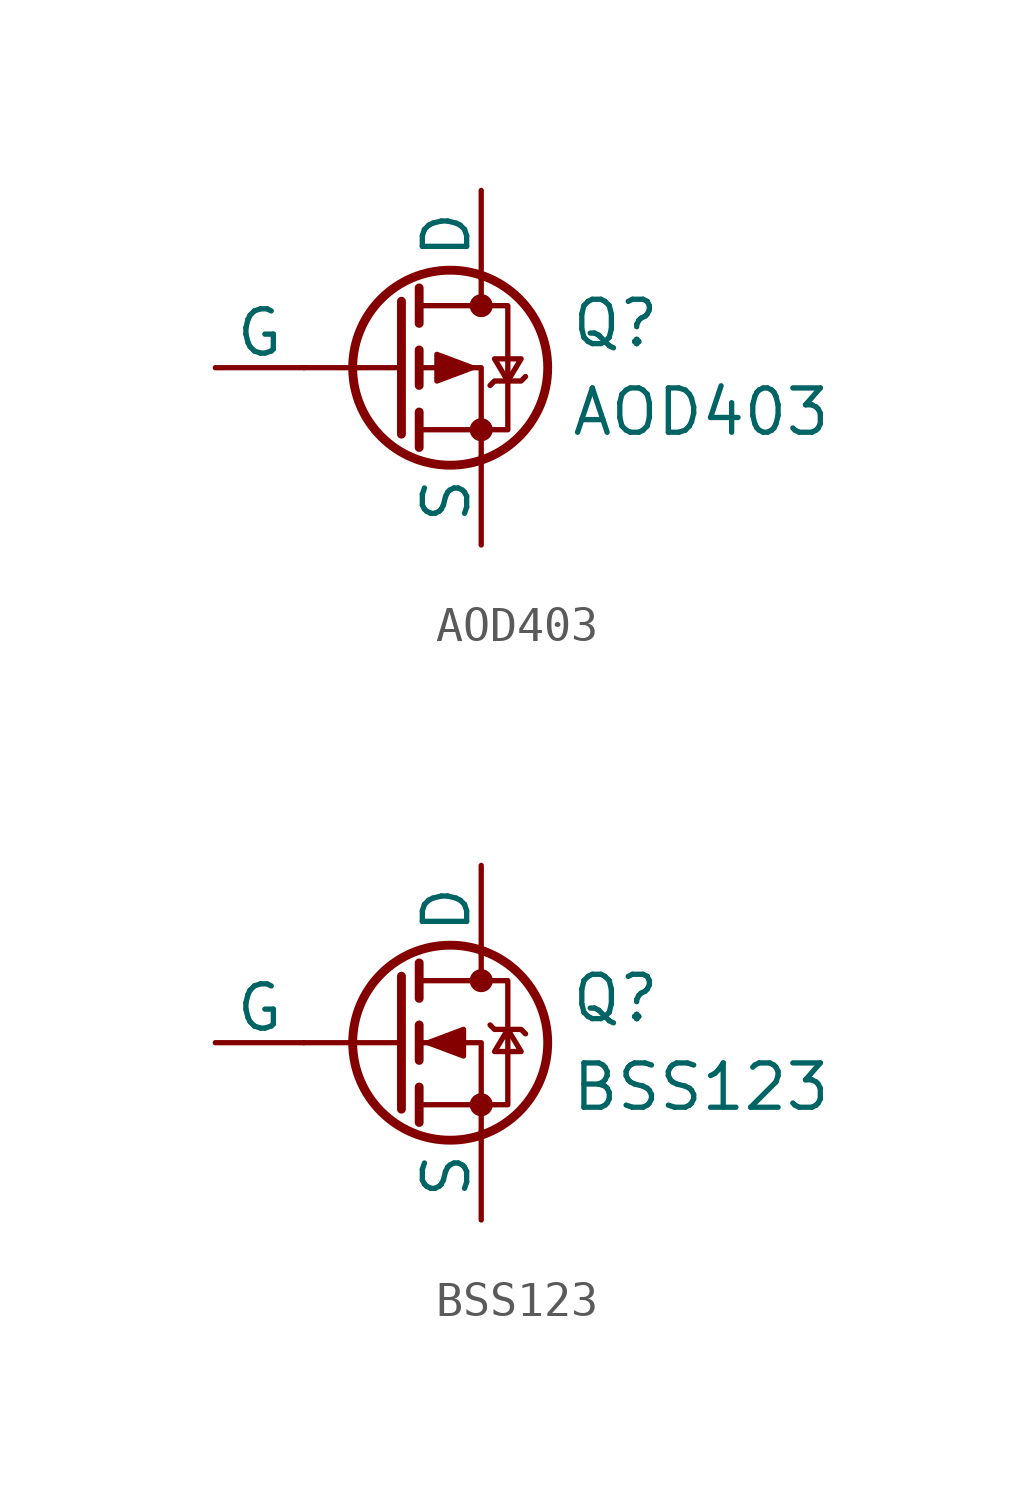
<source format=kicad_sym>
(kicad_symbol_lib
  (version 20231120)
  (generator "kicad_symbol_editor")
  (generator_version "8.0")
  (symbol "AOD403"
    (pin_numbers hide)
    (pin_names
      (offset 0))
    (property "Reference" "Q"
      (at 5.08 1.27 0)
      (effects (font (size 1.27 1.27)) (justify left)))
    (property "Value" "AOD403"
      (at 5.08 -1.27 0)
      (effects (font (size 1.27 1.27)) (justify left)))
    (symbol "AOD403_0_1"
      (polyline (pts (xy 0.254 0) (xy -2.54 0)) (stroke (width 0) (type default)) (fill (type none)))
      (polyline (pts (xy 0.254 1.905) (xy 0.254 -1.905)) (stroke (width 0.254) (type default)) (fill (type none)))
      (polyline (pts (xy 0.762 -1.27) (xy 0.762 -2.286)) (stroke (width 0.254) (type default)) (fill (type none)))
      (polyline (pts (xy 0.762 0.508) (xy 0.762 -0.508)) (stroke (width 0.254) (type default)) (fill (type none)))
      (polyline (pts (xy 0.762 2.286) (xy 0.762 1.27)) (stroke (width 0.254) (type default)) (fill (type none)))
      (polyline (pts (xy 2.54 2.54) (xy 2.54 1.778)) (stroke (width 0) (type default)) (fill (type none)))
      (polyline (pts (xy 2.54 -2.54) (xy 2.54 0) (xy 0.762 0)) (stroke (width 0) (type default)) (fill (type none)))
      (polyline (pts (xy 0.762 1.778) (xy 3.302 1.778) (xy 3.302 -1.778) (xy 0.762 -1.778)) (stroke (width 0) (type default)) (fill (type none)))
      (polyline (pts (xy 2.286 0) (xy 1.27 0.381) (xy 1.27 -0.381) (xy 2.286 0)) (stroke (width 0) (type default)) (fill (type outline)))
      (polyline (pts (xy 2.794 -0.508) (xy 2.921 -0.381) (xy 3.683 -0.381) (xy 3.81 -0.254)) (stroke (width 0) (type default)) (fill (type none)))
      (polyline (pts (xy 3.302 -0.381) (xy 2.921 0.254) (xy 3.683 0.254) (xy 3.302 -0.381)) (stroke (width 0) (type default)) (fill (type none)))
      (circle (center 1.651 0) (radius 2.794) (stroke (width 0.254) (type default)) (fill (type none)))
      (circle (center 2.54 -1.778) (radius 0.254) (stroke (width 0) (type default)) (fill (type outline)))
      (circle (center 2.54 1.778) (radius 0.254) (stroke (width 0) (type default)) (fill (type outline))))
    (symbol "AOD403_1_1"
      (pin input line (at -5.08 0 0) (length 2.54) (name "G" (effects (font (size 1.27 1.27)))) (number "1" (effects (font (size 1.27 1.27)))))
      (pin passive line (at 2.54 5.08 270) (length 2.54) (name "D" (effects (font (size 1.27 1.27)))) (number "2" (effects (font (size 1.27 1.27)))))
      (pin passive line (at 2.54 -5.08 90) (length 2.54) (name "S" (effects (font (size 1.27 1.27)))) (number "3" (effects (font (size 1.27 1.27)))))))
  (symbol "BSS123"
    (pin_numbers hide)
    (pin_names
      (offset 0))
    (property "Reference" "Q"
      (at 5.08 1.27 0)
      (effects (font (size 1.27 1.27)) (justify left)))
    (property "Value" "BSS123"
      (at 5.08 -1.27 0)
      (effects (font (size 1.27 1.27)) (justify left)))
    (symbol "BSS123_0_1"
      (polyline (pts (xy 0.254 0) (xy -2.54 0)) (stroke (width 0) (type default)) (fill (type none)))
      (polyline (pts (xy 0.254 1.905) (xy 0.254 -1.905)) (stroke (width 0.254) (type default)) (fill (type none)))
      (polyline (pts (xy 0.762 -1.27) (xy 0.762 -2.286)) (stroke (width 0.254) (type default)) (fill (type none)))
      (polyline (pts (xy 0.762 0.508) (xy 0.762 -0.508)) (stroke (width 0.254) (type default)) (fill (type none)))
      (polyline (pts (xy 0.762 2.286) (xy 0.762 1.27)) (stroke (width 0.254) (type default)) (fill (type none)))
      (polyline (pts (xy 2.54 2.54) (xy 2.54 1.778)) (stroke (width 0) (type default)) (fill (type none)))
      (polyline (pts (xy 2.54 -2.54) (xy 2.54 0) (xy 0.762 0)) (stroke (width 0) (type default)) (fill (type none)))
      (polyline (pts (xy 0.762 -1.778) (xy 3.302 -1.778) (xy 3.302 1.778) (xy 0.762 1.778)) (stroke (width 0) (type default)) (fill (type none)))
      (polyline (pts (xy 1.016 0) (xy 2.032 0.381) (xy 2.032 -0.381) (xy 1.016 0)) (stroke (width 0) (type default)) (fill (type outline)))
      (polyline (pts (xy 2.794 0.508) (xy 2.921 0.381) (xy 3.683 0.381) (xy 3.81 0.254)) (stroke (width 0) (type default)) (fill (type none)))
      (polyline (pts (xy 3.302 0.381) (xy 2.921 -0.254) (xy 3.683 -0.254) (xy 3.302 0.381)) (stroke (width 0) (type default)) (fill (type none)))
      (circle (center 1.651 0) (radius 2.794) (stroke (width 0.254) (type default)) (fill (type none)))
      (circle (center 2.54 -1.778) (radius 0.254) (stroke (width 0) (type default)) (fill (type outline)))
      (circle (center 2.54 1.778) (radius 0.254) (stroke (width 0) (type default)) (fill (type outline))))
    (symbol "BSS123_1_1"
      (pin input line (at -5.08 0 0) (length 2.54) (name "G" (effects (font (size 1.27 1.27)))) (number "1" (effects (font (size 1.27 1.27)))))
      (pin passive line (at 2.54 -5.08 90) (length 2.54) (name "S" (effects (font (size 1.27 1.27)))) (number "2" (effects (font (size 1.27 1.27)))))
      (pin passive line (at 2.54 5.08 270) (length 2.54) (name "D" (effects (font (size 1.27 1.27)))) (number "3" (effects (font (size 1.27 1.27))))))))
</source>
